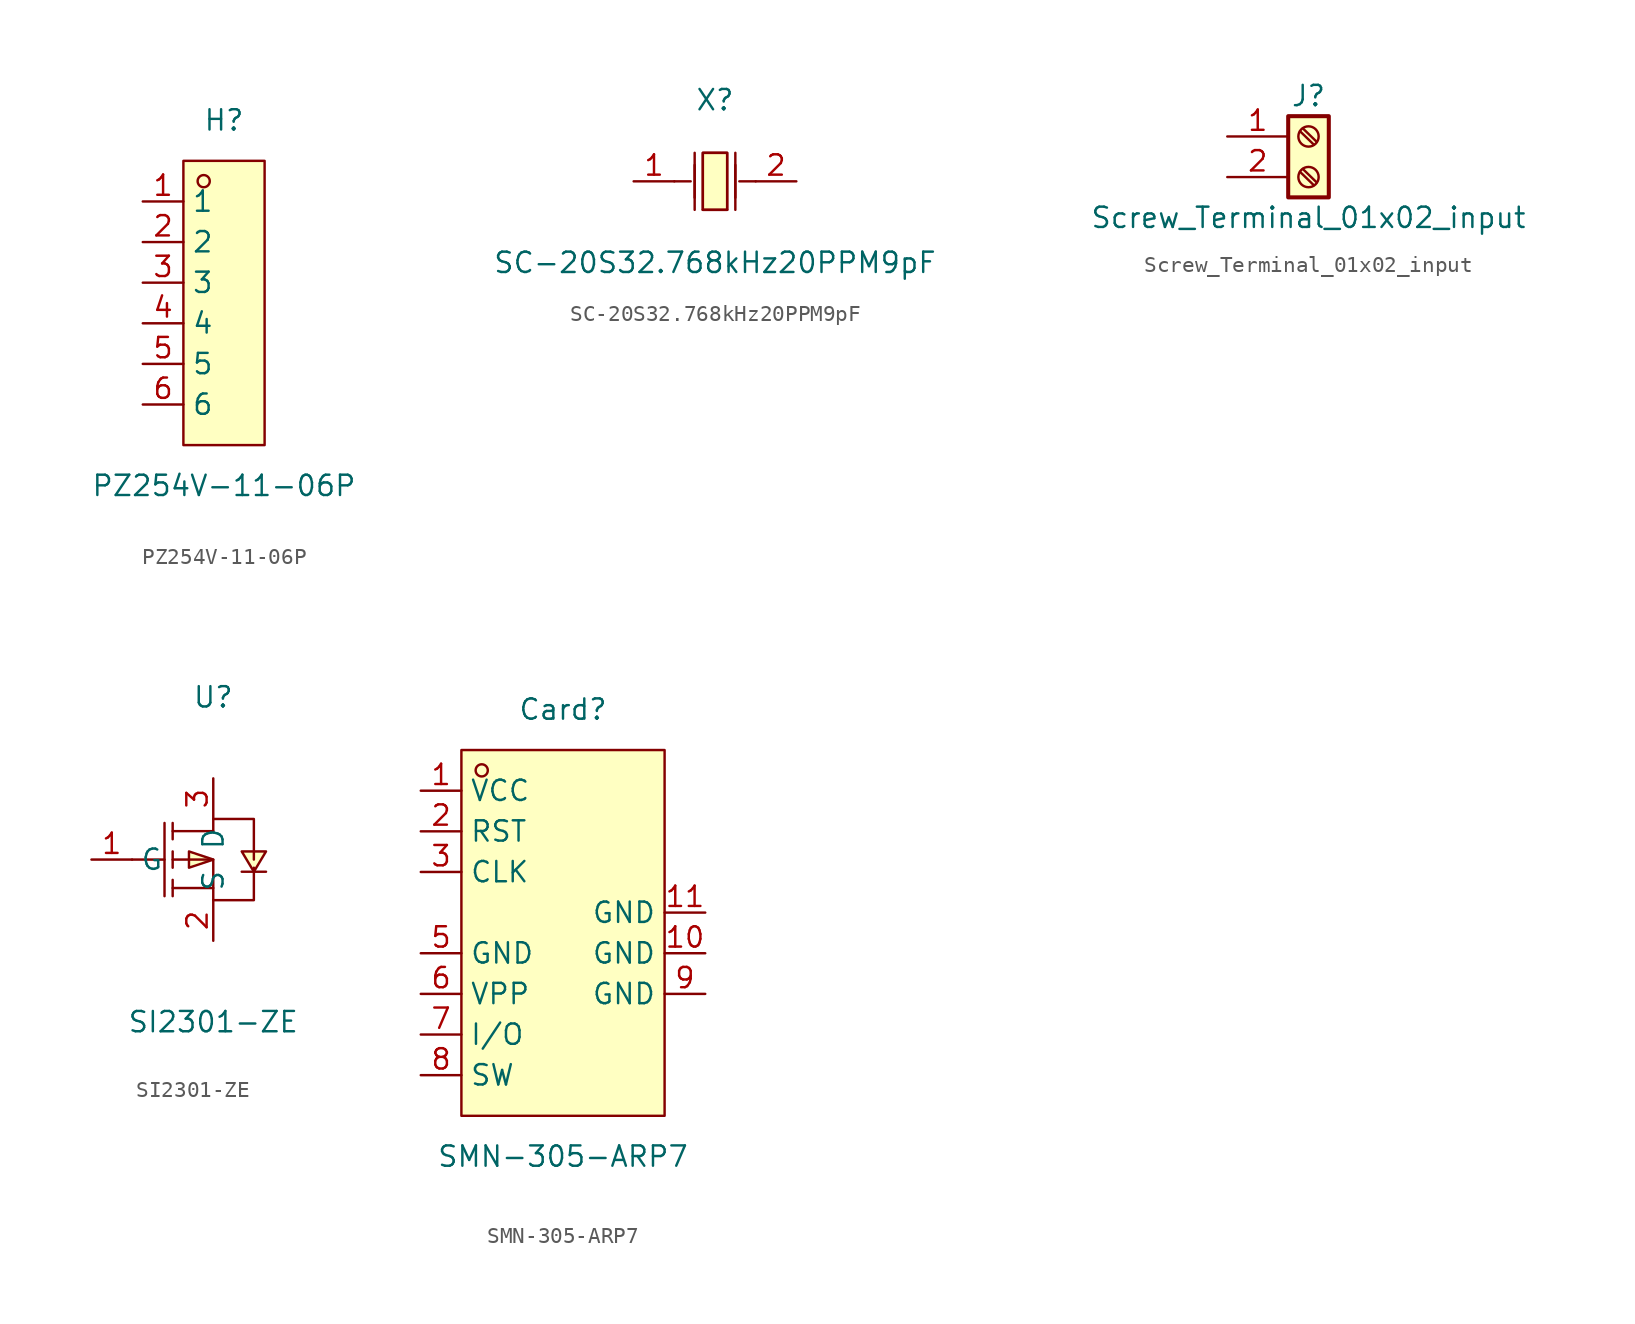
<source format=kicad_sym>
(kicad_symbol_lib
  (version 20220914)
  (generator kicad_symbol_editor)
  (symbol "PZ254V-11-06P"
    (property "Reference" "H"
      (at 0 11.43 0)
      (effects (font (size 1.27 1.27))))
    (property "Value" "PZ254V-11-06P"
      (at 0 -11.43 0)
      (effects (font (size 1.27 1.27))))
    (symbol "PZ254V-11-06P_0_1"
      (rectangle (start -2.54 8.89) (end 2.54 -8.89) (stroke (width 0) (type default)) (fill (type background)))
      (circle (center -1.27 7.62) (radius 0.38) (stroke (width 0) (type default)) (fill (type none)))
      (pin unspecified line (at -5.08 6.35 0) (length 2.54) (name "1" (effects (font (size 1.27 1.27)))) (number "1" (effects (font (size 1.27 1.27)))))
      (pin unspecified line (at -5.08 3.81 0) (length 2.54) (name "2" (effects (font (size 1.27 1.27)))) (number "2" (effects (font (size 1.27 1.27)))))
      (pin unspecified line (at -5.08 1.27 0) (length 2.54) (name "3" (effects (font (size 1.27 1.27)))) (number "3" (effects (font (size 1.27 1.27)))))
      (pin unspecified line (at -5.08 -1.27 0) (length 2.54) (name "4" (effects (font (size 1.27 1.27)))) (number "4" (effects (font (size 1.27 1.27)))))
      (pin unspecified line (at -5.08 -3.81 0) (length 2.54) (name "5" (effects (font (size 1.27 1.27)))) (number "5" (effects (font (size 1.27 1.27)))))
      (pin unspecified line (at -5.08 -6.35 0) (length 2.54) (name "6" (effects (font (size 1.27 1.27)))) (number "6" (effects (font (size 1.27 1.27)))))))
  (symbol "SC-20S32.768kHz20PPM9pF"
    (property "Reference" "X"
      (at 0 5.08 0)
      (effects (font (size 1.27 1.27))))
    (property "Value" "SC-20S32.768kHz20PPM9pF"
      (at 0 -5.08 0)
      (effects (font (size 1.27 1.27))))
    (symbol "SC-20S32.768kHz20PPM9pF_0_1"
      (polyline (pts (xy -2.54 0) (xy -1.52 0)) (stroke (width 0) (type default)) (fill (type none)))
      (polyline (pts (xy -1.27 -1.78) (xy -1.27 1.78)) (stroke (width 0) (type default)) (fill (type none)))
      (polyline (pts (xy -1.27 -1.02) (xy -1.27 1.02)) (stroke (width 0) (type default)) (fill (type none)))
      (polyline (pts (xy 0.76 -1.78) (xy -0.76 -1.78)) (stroke (width 0) (type default)) (fill (type none)))
      (polyline (pts (xy 1.27 -1.78) (xy 1.27 1.78)) (stroke (width 0) (type default)) (fill (type none)))
      (polyline (pts (xy 1.27 -1.02) (xy 1.27 1.02)) (stroke (width 0) (type default)) (fill (type none)))
      (polyline (pts (xy 2.54 0) (xy 1.52 0)) (stroke (width 0) (type default)) (fill (type none)))
      (polyline (pts (xy -0.76 -1.78) (xy -0.76 1.78) (xy 0.76 1.78) (xy 0.76 -1.78)) (stroke (width 0) (type default)) (fill (type none)))
      (polyline (pts (xy 0.76 1.78) (xy 0.76 -1.78) (xy -0.76 -1.78) (xy -0.76 1.78) (xy 0.76 1.78)) (stroke (width 0) (type default)) (fill (type background))))
    (symbol "SC-20S32.768kHz20PPM9pF_1_1"
      (pin input line (at -5.08 0 0) (length 2.54) (name "" (effects (font (size 1.27 1.27)))) (number "1" (effects (font (size 1.27 1.27)))))
      (pin input line (at 5.08 0 180) (length 2.54) (name "" (effects (font (size 1.27 1.27)))) (number "2" (effects (font (size 1.27 1.27)))))))
  (symbol "Screw_Terminal_01x02_input"
    (pin_names
      (offset 1.016) hide)
    (property "Reference" "J"
      (at 0 2.54 0)
      (effects (font (size 1.27 1.27))))
    (property "Value" "Screw_Terminal_01x02_input"
      (at 0 -5.08 0)
      (effects (font (size 1.27 1.27))))
    (symbol "Screw_Terminal_01x02_input_1_1"
      (rectangle (start -1.27 1.27) (end 1.27 -3.81) (stroke (width 0.254) (type default)) (fill (type background)))
      (circle (center 0 -2.54) (radius 0.635) (stroke (width 0.152) (type default)) (fill (type none)))
      (polyline (pts (xy -0.533 -2.21) (xy 0.33 -3.048)) (stroke (width 0.152) (type default)) (fill (type none)))
      (polyline (pts (xy -0.533 0.33) (xy 0.33 -0.508)) (stroke (width 0.152) (type default)) (fill (type none)))
      (polyline (pts (xy -0.356 -2.032) (xy 0.508 -2.87)) (stroke (width 0.152) (type default)) (fill (type none)))
      (polyline (pts (xy -0.356 0.508) (xy 0.508 -0.33)) (stroke (width 0.152) (type default)) (fill (type none)))
      (circle (center 0 0) (radius 0.635) (stroke (width 0.152) (type default)) (fill (type none)))
      (pin input line (at -5.08 0 0) (length 3.81) (name "Pin_1" (effects (font (size 1.27 1.27)))) (number "1" (effects (font (size 1.27 1.27)))))
      (pin input line (at -5.08 -2.54 0) (length 3.81) (name "Pin_2" (effects (font (size 1.27 1.27)))) (number "2" (effects (font (size 1.27 1.27)))))))
  (symbol "SI2301-ZE"
    (property "Reference" "U"
      (at 0 10.16 0)
      (effects (font (size 1.27 1.27))))
    (property "Value" "SI2301-ZE"
      (at 0 -10.16 0)
      (effects (font (size 1.27 1.27))))
    (symbol "SI2301-ZE_0_1"
      (polyline (pts (xy -5.08 0) (xy -3.05 0)) (stroke (width 0) (type default)) (fill (type none)))
      (polyline (pts (xy -3.05 2.29) (xy -3.05 -2.29)) (stroke (width 0) (type default)) (fill (type none)))
      (polyline (pts (xy -2.54 -2.29) (xy -2.54 -1.27)) (stroke (width 0) (type default)) (fill (type none)))
      (polyline (pts (xy -2.54 -0.51) (xy -2.54 0.51)) (stroke (width 0) (type default)) (fill (type none)))
      (polyline (pts (xy -2.54 1.27) (xy -2.54 2.29)) (stroke (width 0) (type default)) (fill (type none)))
      (polyline (pts (xy 0 -1.78) (xy -2.54 -1.78)) (stroke (width 0) (type default)) (fill (type none)))
      (polyline (pts (xy 0 1.78) (xy -2.54 1.78)) (stroke (width 0) (type default)) (fill (type none)))
      (polyline (pts (xy -2.54 0) (xy 0 0) (xy 0 -2.54)) (stroke (width 0) (type default)) (fill (type none)))
      (polyline (pts (xy 0 -2.54) (xy 2.54 -2.54) (xy 2.54 -0.51)) (stroke (width 0) (type default)) (fill (type none)))
      (polyline (pts (xy 0 0) (xy -1.52 0.51) (xy -1.52 -0.51) (xy 0 0)) (stroke (width 0) (type default)) (fill (type background)))
      (polyline (pts (xy 0 1.78) (xy 0 2.54) (xy 2.54 2.54) (xy 2.54 0)) (stroke (width 0) (type default)) (fill (type none)))
      (polyline (pts (xy 1.78 -0.76) (xy 2.03 -0.76) (xy 3.05 -0.76) (xy 3.3 -0.76)) (stroke (width 0) (type default)) (fill (type none)))
      (polyline (pts (xy 2.54 -0.76) (xy 1.78 0.51) (xy 3.3 0.51) (xy 2.54 -0.76)) (stroke (width 0) (type default)) (fill (type background)))
      (pin unspecified line (at -7.62 0 0) (length 2.54) (name "G" (effects (font (size 1.27 1.27)))) (number "1" (effects (font (size 1.27 1.27)))))
      (pin unspecified line (at 0 -5.08 90) (length 2.54) (name "S" (effects (font (size 1.27 1.27)))) (number "2" (effects (font (size 1.27 1.27)))))
      (pin unspecified line (at 0 5.08 270) (length 2.54) (name "D" (effects (font (size 1.27 1.27)))) (number "3" (effects (font (size 1.27 1.27)))))))
  (symbol "SMN-305-ARP7"
    (property "Reference" "Card"
      (at 0 13.97 0)
      (effects (font (size 1.27 1.27))))
    (property "Value" "SMN-305-ARP7"
      (at 0 -13.97 0)
      (effects (font (size 1.27 1.27))))
    (symbol "SMN-305-ARP7_0_1"
      (rectangle (start -6.35 11.43) (end 6.35 -11.43) (stroke (width 0) (type default)) (fill (type background)))
      (circle (center -5.08 10.16) (radius 0.38) (stroke (width 0) (type default)) (fill (type none)))
      (pin unspecified line (at -8.89 8.89 0) (length 2.54) (name "VCC" (effects (font (size 1.27 1.27)))) (number "1" (effects (font (size 1.27 1.27)))))
      (pin unspecified line (at 8.89 -1.27 180) (length 2.54) (name "GND" (effects (font (size 1.27 1.27)))) (number "10" (effects (font (size 1.27 1.27)))))
      (pin unspecified line (at 8.89 1.27 180) (length 2.54) (name "GND" (effects (font (size 1.27 1.27)))) (number "11" (effects (font (size 1.27 1.27)))))
      (pin unspecified line (at -8.89 6.35 0) (length 2.54) (name "RST" (effects (font (size 1.27 1.27)))) (number "2" (effects (font (size 1.27 1.27)))))
      (pin unspecified line (at -8.89 3.81 0) (length 2.54) (name "CLK" (effects (font (size 1.27 1.27)))) (number "3" (effects (font (size 1.27 1.27)))))
      (pin unspecified line (at -8.89 -1.27 0) (length 2.54) (name "GND" (effects (font (size 1.27 1.27)))) (number "5" (effects (font (size 1.27 1.27)))))
      (pin unspecified line (at -8.89 -3.81 0) (length 2.54) (name "VPP" (effects (font (size 1.27 1.27)))) (number "6" (effects (font (size 1.27 1.27)))))
      (pin unspecified line (at -8.89 -6.35 0) (length 2.54) (name "I/O" (effects (font (size 1.27 1.27)))) (number "7" (effects (font (size 1.27 1.27)))))
      (pin unspecified line (at -8.89 -8.89 0) (length 2.54) (name "SW" (effects (font (size 1.27 1.27)))) (number "8" (effects (font (size 1.27 1.27)))))
      (pin unspecified line (at 8.89 -3.81 180) (length 2.54) (name "GND" (effects (font (size 1.27 1.27)))) (number "9" (effects (font (size 1.27 1.27))))))))
</source>
